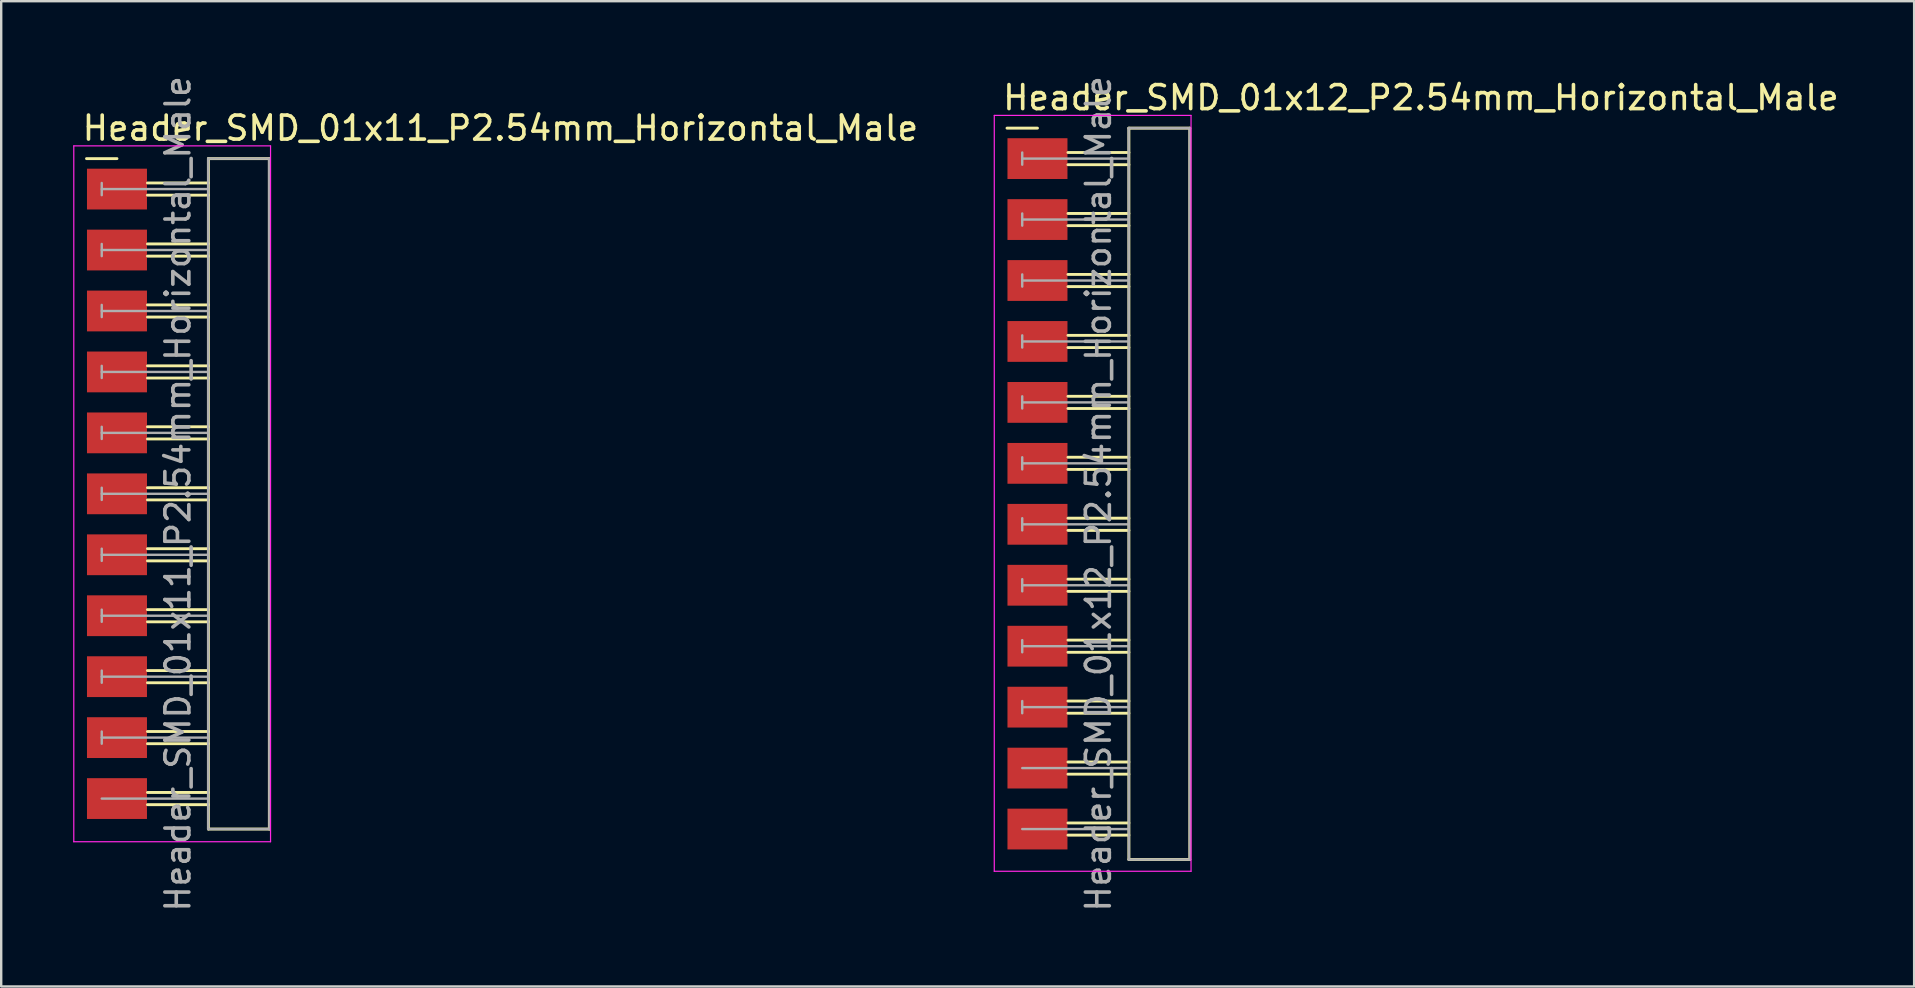
<source format=kicad_pcb>
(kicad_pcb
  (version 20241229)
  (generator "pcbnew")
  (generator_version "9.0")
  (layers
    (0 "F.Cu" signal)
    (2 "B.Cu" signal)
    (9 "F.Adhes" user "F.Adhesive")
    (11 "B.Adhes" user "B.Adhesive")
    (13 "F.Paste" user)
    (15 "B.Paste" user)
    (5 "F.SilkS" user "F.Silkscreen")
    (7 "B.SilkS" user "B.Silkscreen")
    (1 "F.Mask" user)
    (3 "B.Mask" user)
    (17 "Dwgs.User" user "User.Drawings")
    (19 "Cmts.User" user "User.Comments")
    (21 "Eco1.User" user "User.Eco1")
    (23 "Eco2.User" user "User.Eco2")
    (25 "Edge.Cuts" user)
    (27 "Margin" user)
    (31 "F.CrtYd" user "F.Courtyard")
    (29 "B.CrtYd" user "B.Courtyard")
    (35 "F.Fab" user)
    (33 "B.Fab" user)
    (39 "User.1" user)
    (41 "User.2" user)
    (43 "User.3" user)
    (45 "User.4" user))
  (footprint "Header_SMD_01x12_P2.54mm_Horizontal_Male"
    (layer "F.Cu")
    (at 40.186 3.56)
    (property "Reference" "Header_SMD_01x12_P2.54mm_Horizontal_Male" (at -1.524 -2.54 180) (layer "F.SilkS") (effects (font (size 1 1) (thickness 0.15)) (justify left)))
    (attr smd)
    (fp_line (start -1.27 -1.27) (end 0 -1.27) (stroke (width 0.12) (type solid)) (layer "F.SilkS"))
    (fp_line (start 3.81 -1.27) (end 6.35 -1.27) (stroke (width 0.12) (type solid)) (layer "F.SilkS"))
    (fp_line (start 3.81 -0.254) (end 1.27 -0.254) (stroke (width 0.12) (type solid)) (layer "F.SilkS"))
    (fp_line (start 3.81 0.254) (end 1.27 0.254) (stroke (width 0.12) (type solid)) (layer "F.SilkS"))
    (fp_line (start 3.81 2.286) (end 1.27 2.286) (stroke (width 0.12) (type solid)) (layer "F.SilkS"))
    (fp_line (start 3.81 2.794) (end 1.27 2.794) (stroke (width 0.12) (type solid)) (layer "F.SilkS"))
    (fp_line (start 3.81 4.826) (end 1.27 4.826) (stroke (width 0.12) (type solid)) (layer "F.SilkS"))
    (fp_line (start 3.81 5.334) (end 1.27 5.334) (stroke (width 0.12) (type solid)) (layer "F.SilkS"))
    (fp_line (start 3.81 7.366) (end 1.27 7.366) (stroke (width 0.12) (type solid)) (layer "F.SilkS"))
    (fp_line (start 3.81 7.874) (end 1.27 7.874) (stroke (width 0.12) (type solid)) (layer "F.SilkS"))
    (fp_line (start 3.81 9.906) (end 1.27 9.906) (stroke (width 0.12) (type solid)) (layer "F.SilkS"))
    (fp_line (start 3.81 10.414) (end 1.27 10.414) (stroke (width 0.12) (type solid)) (layer "F.SilkS"))
    (fp_line (start 3.81 12.446) (end 1.27 12.446) (stroke (width 0.12) (type solid)) (layer "F.SilkS"))
    (fp_line (start 3.81 12.954) (end 1.27 12.954) (stroke (width 0.12) (type solid)) (layer "F.SilkS"))
    (fp_line (start 3.81 14.986) (end 1.27 14.986) (stroke (width 0.12) (type solid)) (layer "F.SilkS"))
    (fp_line (start 3.81 15.494) (end 1.27 15.494) (stroke (width 0.12) (type solid)) (layer "F.SilkS"))
    (fp_line (start 3.81 17.526) (end 1.27 17.526) (stroke (width 0.12) (type solid)) (layer "F.SilkS"))
    (fp_line (start 3.81 18.034) (end 1.27 18.034) (stroke (width 0.12) (type solid)) (layer "F.SilkS"))
    (fp_line (start 3.81 20.066) (end 1.27 20.066) (stroke (width 0.12) (type solid)) (layer "F.SilkS"))
    (fp_line (start 3.81 20.574) (end 1.27 20.574) (stroke (width 0.12) (type solid)) (layer "F.SilkS"))
    (fp_line (start 3.81 22.606) (end 1.27 22.606) (stroke (width 0.12) (type solid)) (layer "F.SilkS"))
    (fp_line (start 3.81 23.114) (end 1.27 23.114) (stroke (width 0.12) (type solid)) (layer "F.SilkS"))
    (fp_line (start 3.81 25.146) (end 1.27 25.146) (stroke (width 0.12) (type solid)) (layer "F.SilkS"))
    (fp_line (start 3.81 25.654) (end 1.27 25.654) (stroke (width 0.12) (type solid)) (layer "F.SilkS"))
    (fp_line (start 3.81 27.686) (end 1.27 27.686) (stroke (width 0.12) (type solid)) (layer "F.SilkS"))
    (fp_line (start 3.81 28.194) (end 1.27 28.194) (stroke (width 0.12) (type solid)) (layer "F.SilkS"))
    (fp_line (start 3.81 29.21) (end 3.81 -1.27) (stroke (width 0.12) (type solid)) (layer "F.SilkS"))
    (fp_line (start 6.35 -1.27) (end 6.35 29.21) (stroke (width 0.12) (type solid)) (layer "F.SilkS"))
    (fp_line (start 6.35 29.21) (end 3.81 29.21) (stroke (width 0.12) (type solid)) (layer "F.SilkS"))
    (fp_line (start -1.8 -1.8) (end -1.8 29.7) (stroke (width 0.05) (type solid)) (layer "F.CrtYd"))
    (fp_line (start -1.8 29.7) (end 6.4 29.7) (stroke (width 0.05) (type solid)) (layer "F.CrtYd"))
    (fp_line (start 6.4 -1.8) (end -1.8 -1.8) (stroke (width 0.05) (type solid)) (layer "F.CrtYd"))
    (fp_line (start 6.4 29.7) (end 6.4 -1.8) (stroke (width 0.05) (type solid)) (layer "F.CrtYd"))
    (fp_line (start -0.635 -0.254) (end -0.635 0.254) (stroke (width 0.1) (type solid)) (layer "F.Fab"))
    (fp_line (start -0.635 2.286) (end -0.635 2.794) (stroke (width 0.1) (type solid)) (layer "F.Fab"))
    (fp_line (start -0.635 4.826) (end -0.635 5.334) (stroke (width 0.1) (type solid)) (layer "F.Fab"))
    (fp_line (start -0.635 7.366) (end -0.635 7.874) (stroke (width 0.1) (type solid)) (layer "F.Fab"))
    (fp_line (start -0.635 9.906) (end -0.635 10.414) (stroke (width 0.1) (type solid)) (layer "F.Fab"))
    (fp_line (start -0.635 12.446) (end -0.635 12.954) (stroke (width 0.1) (type solid)) (layer "F.Fab"))
    (fp_line (start -0.635 14.986) (end -0.635 15.494) (stroke (width 0.1) (type solid)) (layer "F.Fab"))
    (fp_line (start -0.635 17.526) (end -0.635 18.034) (stroke (width 0.1) (type solid)) (layer "F.Fab"))
    (fp_line (start -0.635 20.066) (end -0.635 20.574) (stroke (width 0.1) (type solid)) (layer "F.Fab"))
    (fp_line (start -0.635 22.606) (end -0.635 23.114) (stroke (width 0.1) (type solid)) (layer "F.Fab"))
    (fp_line (start 3.8 -1.27) (end 6.34 -1.27) (stroke (width 0.1) (type solid)) (layer "F.Fab"))
    (fp_line (start 3.8 29.21) (end 6.35 29.21) (stroke (width 0.1) (type solid)) (layer "F.Fab"))
    (fp_line (start 3.81 0) (end -0.635 0) (stroke (width 0.1) (type solid)) (layer "F.Fab"))
    (fp_line (start 3.81 2.54) (end -0.635 2.54) (stroke (width 0.1) (type solid)) (layer "F.Fab"))
    (fp_line (start 3.81 5.08) (end -0.635 5.08) (stroke (width 0.1) (type solid)) (layer "F.Fab"))
    (fp_line (start 3.81 7.62) (end -0.635 7.62) (stroke (width 0.1) (type solid)) (layer "F.Fab"))
    (fp_line (start 3.81 10.16) (end -0.635 10.16) (stroke (width 0.1) (type solid)) (layer "F.Fab"))
    (fp_line (start 3.81 12.7) (end -0.635 12.7) (stroke (width 0.1) (type solid)) (layer "F.Fab"))
    (fp_line (start 3.81 15.24) (end -0.635 15.24) (stroke (width 0.1) (type solid)) (layer "F.Fab"))
    (fp_line (start 3.81 17.78) (end -0.635 17.78) (stroke (width 0.1) (type solid)) (layer "F.Fab"))
    (fp_line (start 3.81 20.32) (end -0.635 20.32) (stroke (width 0.1) (type solid)) (layer "F.Fab"))
    (fp_line (start 3.81 22.86) (end -0.635 22.86) (stroke (width 0.1) (type solid)) (layer "F.Fab"))
    (fp_line (start 3.81 25.4) (end -0.635 25.4) (stroke (width 0.1) (type solid)) (layer "F.Fab"))
    (fp_line (start 3.81 27.94) (end -0.635 27.94) (stroke (width 0.1) (type solid)) (layer "F.Fab"))
    (fp_line (start 3.81 29.21) (end 3.8 -1.27) (stroke (width 0.1) (type solid)) (layer "F.Fab"))
    (fp_line (start 6.34 -1.27) (end 6.35 29.21) (stroke (width 0.1) (type solid)) (layer "F.Fab"))
    (fp_text user "${REFERENCE}" (at 2.54 13.97 90) (layer "F.Fab") (effects (font (size 1 1) (thickness 0.15))))
    (pad "1" smd rect (at 0 0) (size 2.5 1.7) (layers "F.Cu" "F.Mask" "F.Paste"))
    (pad "2" smd rect (at 0 2.54) (size 2.5 1.7) (layers "F.Cu" "F.Mask" "F.Paste"))
    (pad "3" smd rect (at 0 5.08) (size 2.5 1.7) (layers "F.Cu" "F.Mask" "F.Paste"))
    (pad "4" smd rect (at 0 7.62) (size 2.5 1.7) (layers "F.Cu" "F.Mask" "F.Paste"))
    (pad "5" smd rect (at 0 10.16) (size 2.5 1.7) (layers "F.Cu" "F.Mask" "F.Paste"))
    (pad "6" smd rect (at 0 12.7) (size 2.5 1.7) (layers "F.Cu" "F.Mask" "F.Paste"))
    (pad "7" smd rect (at 0 15.24) (size 2.5 1.7) (layers "F.Cu" "F.Mask" "F.Paste"))
    (pad "8" smd rect (at 0 17.78) (size 2.5 1.7) (layers "F.Cu" "F.Mask" "F.Paste"))
    (pad "9" smd rect (at 0 20.32) (size 2.5 1.7) (layers "F.Cu" "F.Mask" "F.Paste"))
    (pad "10" smd rect (at 0 22.86) (size 2.5 1.7) (layers "F.Cu" "F.Mask" "F.Paste"))
    (pad "11" smd rect (at 0 25.4) (size 2.5 1.7) (layers "F.Cu" "F.Mask" "F.Paste"))
    (pad "12" smd rect (at 0 27.94) (size 2.5 1.7) (layers "F.Cu" "F.Mask" "F.Paste")))
  (footprint "Header_SMD_01x11_P2.54mm_Horizontal_Male"
    (layer "F.Cu")
    (at 1.825 4.83)
    (property "Reference" "Header_SMD_01x11_P2.54mm_Horizontal_Male" (at -1.524 -2.54 180) (layer "F.SilkS") (effects (font (size 1 1) (thickness 0.15)) (justify left)))
    (attr smd)
    (fp_line (start -1.27 -1.27) (end 0 -1.27) (stroke (width 0.12) (type solid)) (layer "F.SilkS"))
    (fp_line (start 3.81 -1.27) (end 6.35 -1.27) (stroke (width 0.12) (type solid)) (layer "F.SilkS"))
    (fp_line (start 3.81 -0.254) (end 1.27 -0.254) (stroke (width 0.12) (type solid)) (layer "F.SilkS"))
    (fp_line (start 3.81 0.254) (end 1.27 0.254) (stroke (width 0.12) (type solid)) (layer "F.SilkS"))
    (fp_line (start 3.81 2.286) (end 1.27 2.286) (stroke (width 0.12) (type solid)) (layer "F.SilkS"))
    (fp_line (start 3.81 2.794) (end 1.27 2.794) (stroke (width 0.12) (type solid)) (layer "F.SilkS"))
    (fp_line (start 3.81 4.826) (end 1.27 4.826) (stroke (width 0.12) (type solid)) (layer "F.SilkS"))
    (fp_line (start 3.81 5.334) (end 1.27 5.334) (stroke (width 0.12) (type solid)) (layer "F.SilkS"))
    (fp_line (start 3.81 7.366) (end 1.27 7.366) (stroke (width 0.12) (type solid)) (layer "F.SilkS"))
    (fp_line (start 3.81 7.874) (end 1.27 7.874) (stroke (width 0.12) (type solid)) (layer "F.SilkS"))
    (fp_line (start 3.81 9.906) (end 1.27 9.906) (stroke (width 0.12) (type solid)) (layer "F.SilkS"))
    (fp_line (start 3.81 10.414) (end 1.27 10.414) (stroke (width 0.12) (type solid)) (layer "F.SilkS"))
    (fp_line (start 3.81 12.446) (end 1.27 12.446) (stroke (width 0.12) (type solid)) (layer "F.SilkS"))
    (fp_line (start 3.81 12.954) (end 1.27 12.954) (stroke (width 0.12) (type solid)) (layer "F.SilkS"))
    (fp_line (start 3.81 14.986) (end 1.27 14.986) (stroke (width 0.12) (type solid)) (layer "F.SilkS"))
    (fp_line (start 3.81 15.494) (end 1.27 15.494) (stroke (width 0.12) (type solid)) (layer "F.SilkS"))
    (fp_line (start 3.81 17.526) (end 1.27 17.526) (stroke (width 0.12) (type solid)) (layer "F.SilkS"))
    (fp_line (start 3.81 18.034) (end 1.27 18.034) (stroke (width 0.12) (type solid)) (layer "F.SilkS"))
    (fp_line (start 3.81 20.066) (end 1.27 20.066) (stroke (width 0.12) (type solid)) (layer "F.SilkS"))
    (fp_line (start 3.81 20.574) (end 1.27 20.574) (stroke (width 0.12) (type solid)) (layer "F.SilkS"))
    (fp_line (start 3.81 22.606) (end 1.27 22.606) (stroke (width 0.12) (type solid)) (layer "F.SilkS"))
    (fp_line (start 3.81 23.114) (end 1.27 23.114) (stroke (width 0.12) (type solid)) (layer "F.SilkS"))
    (fp_line (start 3.81 25.146) (end 1.27 25.146) (stroke (width 0.12) (type solid)) (layer "F.SilkS"))
    (fp_line (start 3.81 25.654) (end 1.27 25.654) (stroke (width 0.12) (type solid)) (layer "F.SilkS"))
    (fp_line (start 3.81 26.67) (end 3.81 -1.27) (stroke (width 0.12) (type solid)) (layer "F.SilkS"))
    (fp_line (start 6.35 -1.27) (end 6.35 26.67) (stroke (width 0.12) (type solid)) (layer "F.SilkS"))
    (fp_line (start 6.35 26.67) (end 3.81 26.67) (stroke (width 0.12) (type solid)) (layer "F.SilkS"))
    (fp_line (start -1.8 -1.8) (end -1.8 27.2) (stroke (width 0.05) (type solid)) (layer "F.CrtYd"))
    (fp_line (start -1.8 27.2) (end 6.4 27.2) (stroke (width 0.05) (type solid)) (layer "F.CrtYd"))
    (fp_line (start 6.4 -1.8) (end -1.8 -1.8) (stroke (width 0.05) (type solid)) (layer "F.CrtYd"))
    (fp_line (start 6.4 27.2) (end 6.4 -1.8) (stroke (width 0.05) (type solid)) (layer "F.CrtYd"))
    (fp_line (start -0.635 -0.254) (end -0.635 0.254) (stroke (width 0.1) (type solid)) (layer "F.Fab"))
    (fp_line (start -0.635 2.286) (end -0.635 2.794) (stroke (width 0.1) (type solid)) (layer "F.Fab"))
    (fp_line (start -0.635 4.826) (end -0.635 5.334) (stroke (width 0.1) (type solid)) (layer "F.Fab"))
    (fp_line (start -0.635 7.366) (end -0.635 7.874) (stroke (width 0.1) (type solid)) (layer "F.Fab"))
    (fp_line (start -0.635 9.906) (end -0.635 10.414) (stroke (width 0.1) (type solid)) (layer "F.Fab"))
    (fp_line (start -0.635 12.446) (end -0.635 12.954) (stroke (width 0.1) (type solid)) (layer "F.Fab"))
    (fp_line (start -0.635 14.986) (end -0.635 15.494) (stroke (width 0.1) (type solid)) (layer "F.Fab"))
    (fp_line (start -0.635 17.526) (end -0.635 18.034) (stroke (width 0.1) (type solid)) (layer "F.Fab"))
    (fp_line (start -0.635 20.066) (end -0.635 20.574) (stroke (width 0.1) (type solid)) (layer "F.Fab"))
    (fp_line (start -0.635 22.606) (end -0.635 23.114) (stroke (width 0.1) (type solid)) (layer "F.Fab"))
    (fp_line (start 3.8 -1.27) (end 6.34 -1.27) (stroke (width 0.1) (type solid)) (layer "F.Fab"))
    (fp_line (start 3.8 26.67) (end 3.8 -1.27) (stroke (width 0.1) (type solid)) (layer "F.Fab"))
    (fp_line (start 3.8 26.67) (end 6.35 26.67) (stroke (width 0.1) (type solid)) (layer "F.Fab"))
    (fp_line (start 3.81 0) (end -0.635 0) (stroke (width 0.1) (type solid)) (layer "F.Fab"))
    (fp_line (start 3.81 2.54) (end -0.635 2.54) (stroke (width 0.1) (type solid)) (layer "F.Fab"))
    (fp_line (start 3.81 5.08) (end -0.635 5.08) (stroke (width 0.1) (type solid)) (layer "F.Fab"))
    (fp_line (start 3.81 7.62) (end -0.635 7.62) (stroke (width 0.1) (type solid)) (layer "F.Fab"))
    (fp_line (start 3.81 10.16) (end -0.635 10.16) (stroke (width 0.1) (type solid)) (layer "F.Fab"))
    (fp_line (start 3.81 12.7) (end -0.635 12.7) (stroke (width 0.1) (type solid)) (layer "F.Fab"))
    (fp_line (start 3.81 15.24) (end -0.635 15.24) (stroke (width 0.1) (type solid)) (layer "F.Fab"))
    (fp_line (start 3.81 17.78) (end -0.635 17.78) (stroke (width 0.1) (type solid)) (layer "F.Fab"))
    (fp_line (start 3.81 20.32) (end -0.635 20.32) (stroke (width 0.1) (type solid)) (layer "F.Fab"))
    (fp_line (start 3.81 22.86) (end -0.635 22.86) (stroke (width 0.1) (type solid)) (layer "F.Fab"))
    (fp_line (start 3.81 25.4) (end -0.635 25.4) (stroke (width 0.1) (type solid)) (layer "F.Fab"))
    (fp_line (start 6.34 -1.27) (end 6.35 26.67) (stroke (width 0.1) (type solid)) (layer "F.Fab"))
    (fp_text user "${REFERENCE}" (at 2.54 12.7 90) (layer "F.Fab") (effects (font (size 1 1) (thickness 0.15))))
    (pad "1" smd rect (at 0 0) (size 2.5 1.7) (layers "F.Cu" "F.Mask" "F.Paste"))
    (pad "2" smd rect (at 0 2.54) (size 2.5 1.7) (layers "F.Cu" "F.Mask" "F.Paste"))
    (pad "3" smd rect (at 0 5.08) (size 2.5 1.7) (layers "F.Cu" "F.Mask" "F.Paste"))
    (pad "4" smd rect (at 0 7.62) (size 2.5 1.7) (layers "F.Cu" "F.Mask" "F.Paste"))
    (pad "5" smd rect (at 0 10.16) (size 2.5 1.7) (layers "F.Cu" "F.Mask" "F.Paste"))
    (pad "6" smd rect (at 0 12.7) (size 2.5 1.7) (layers "F.Cu" "F.Mask" "F.Paste"))
    (pad "7" smd rect (at 0 15.24) (size 2.5 1.7) (layers "F.Cu" "F.Mask" "F.Paste"))
    (pad "8" smd rect (at 0 17.78) (size 2.5 1.7) (layers "F.Cu" "F.Mask" "F.Paste"))
    (pad "9" smd rect (at 0 20.32) (size 2.5 1.7) (layers "F.Cu" "F.Mask" "F.Paste"))
    (pad "10" smd rect (at 0 22.86) (size 2.5 1.7) (layers "F.Cu" "F.Mask" "F.Paste"))
    (pad "11" smd rect (at 0 25.4) (size 2.5 1.7) (layers "F.Cu" "F.Mask" "F.Paste")))
  (gr_rect
    (start -3 -3)
    (end 76.721 38.06)
    (stroke (width 0.1) (type default))
    (fill no)
    (layer "Edge.Cuts")))
</source>
